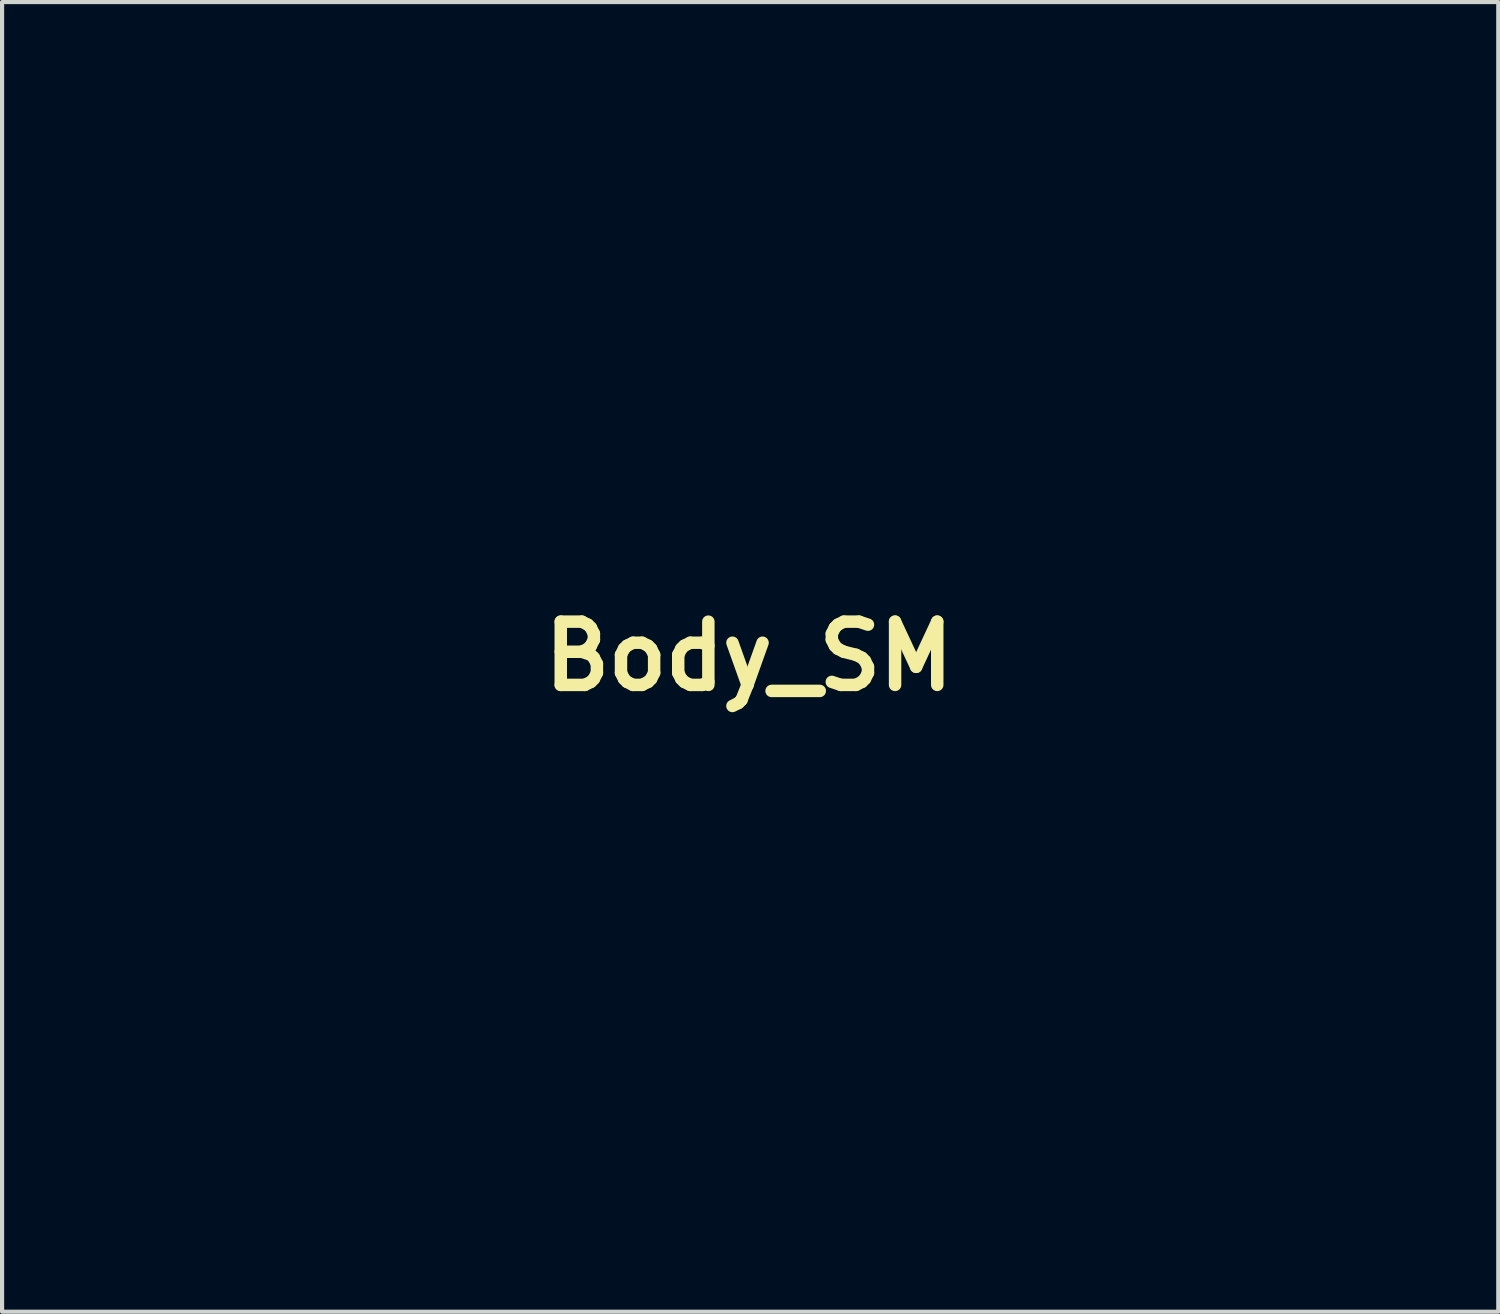
<source format=kicad_pcb>
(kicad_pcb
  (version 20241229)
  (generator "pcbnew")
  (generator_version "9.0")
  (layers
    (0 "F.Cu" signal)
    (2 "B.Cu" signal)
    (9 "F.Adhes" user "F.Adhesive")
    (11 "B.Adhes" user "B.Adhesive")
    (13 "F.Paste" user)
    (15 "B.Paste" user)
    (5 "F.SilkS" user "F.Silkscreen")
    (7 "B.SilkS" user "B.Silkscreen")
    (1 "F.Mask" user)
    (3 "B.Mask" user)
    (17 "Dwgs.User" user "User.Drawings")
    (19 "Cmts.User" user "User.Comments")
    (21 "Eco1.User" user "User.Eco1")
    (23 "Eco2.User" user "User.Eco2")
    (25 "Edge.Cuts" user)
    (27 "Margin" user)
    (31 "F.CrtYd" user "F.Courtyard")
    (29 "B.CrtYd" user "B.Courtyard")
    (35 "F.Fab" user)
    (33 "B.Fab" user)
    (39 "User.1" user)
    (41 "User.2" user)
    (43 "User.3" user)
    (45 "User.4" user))
  (footprint "Body_SM"
    (layer "F.Cu")
    (at 14.998 12.764)
    (property "Reference" "Body_SM" (at 0 0 0) (layer "F.SilkS") (effects (font (size 1.524 1.524) (thickness 0.3))))
    (attr board_only exclude_from_pos_files exclude_from_bom)
    (fp_poly (pts (xy -12.906 -5.917) (xy -12.752 -5.854) (xy -12.543 -5.746) (xy -12.26 -5.585) (xy -12.053 -5.464) (xy -11.729 -5.279) (xy -11.356 -5.071) (xy -10.989 -4.873) (xy -10.806 -4.778) (xy -10.162 -4.445) (xy -10.161 -4.173) (xy -10.167 -4) (xy -10.183 -3.732) (xy -10.208 -3.394) (xy -10.239 -3.009) (xy -10.274 -2.604) (xy -10.311 -2.202) (xy -10.347 -1.829) (xy -10.382 -1.509) (xy -10.406 -1.311) (xy -10.445 -1.018) (xy -10.482 -0.82) (xy -10.534 -0.714) (xy -10.62 -0.693) (xy -10.756 -0.751) (xy -10.962 -0.885) (xy -11.22 -1.065) (xy -11.583 -1.319) (xy -11.865 -1.526) (xy -12.085 -1.703) (xy -12.262 -1.871) (xy -12.416 -2.048) (xy -12.566 -2.253) (xy -12.731 -2.506) (xy -12.832 -2.668) (xy -13.077 -3.072) (xy -13.265 -3.404) (xy -13.408 -3.691) (xy -13.519 -3.962) (xy -13.611 -4.242) (xy -13.673 -4.47) (xy -13.757 -4.844) (xy -13.79 -5.129) (xy -13.769 -5.346) (xy -13.694 -5.516) (xy -13.592 -5.634) (xy -13.424 -5.771) (xy -13.251 -5.88) (xy -13.214 -5.897) (xy -13.118 -5.931) (xy -13.022 -5.94)) (stroke (width 0) (type solid)) (fill yes) (layer "F.Mask"))
    (fp_poly (pts (xy -8.973 -4.078) (xy -8.729 -4.015) (xy -8.396 -3.914) (xy -8.249 -3.866) (xy -7.928 -3.756) (xy -7.678 -3.657) (xy -7.515 -3.576) (xy -7.456 -3.526) (xy -7.448 -3.441) (xy -7.447 -3.253) (xy -7.45 -2.98) (xy -7.459 -2.641) (xy -7.473 -2.252) (xy -7.485 -1.973) (xy -7.51 -1.444) (xy -7.539 -1.017) (xy -7.572 -0.672) (xy -7.616 -0.392) (xy -7.673 -0.156) (xy -7.746 0.054) (xy -7.841 0.258) (xy -7.96 0.475) (xy -7.962 0.479) (xy -8.167 0.799) (xy -8.418 1.141) (xy -8.698 1.483) (xy -8.988 1.805) (xy -9.268 2.087) (xy -9.521 2.307) (xy -9.722 2.442) (xy -9.881 2.506) (xy -10.032 2.538) (xy -10.136 2.533) (xy -10.16 2.506) (xy -10.135 2.431) (xy -10.1 2.36) (xy -10.038 2.224) (xy -9.986 2.057) (xy -9.94 1.847) (xy -9.901 1.58) (xy -9.866 1.246) (xy -9.834 0.831) (xy -9.804 0.324) (xy -9.774 -0.289) (xy -9.765 -0.484) (xy -9.73 -1.244) (xy -9.697 -1.891) (xy -9.664 -2.435) (xy -9.63 -2.884) (xy -9.594 -3.247) (xy -9.556 -3.531) (xy -9.514 -3.747) (xy -9.467 -3.902) (xy -9.415 -4.004) (xy -9.357 -4.064) (xy -9.355 -4.065) (xy -9.268 -4.099) (xy -9.147 -4.105)) (stroke (width 0) (type solid)) (fill yes) (layer "F.Mask"))
    (fp_poly (pts (xy -14.394 -4.849) (xy -14.346 -4.731) (xy -14.287 -4.523) (xy -14.208 -4.217) (xy -14.148 -3.979) (xy -14.056 -3.635) (xy -13.968 -3.369) (xy -13.867 -3.14) (xy -13.737 -2.908) (xy -13.638 -2.75) (xy -13.436 -2.436) (xy -13.292 -2.198) (xy -13.199 -2.012) (xy -13.151 -1.85) (xy -13.139 -1.689) (xy -13.159 -1.502) (xy -13.202 -1.263) (xy -13.219 -1.173) (xy -13.255 -0.985) (xy -12.811 -1.012) (xy -12.563 -1.021) (xy -12.387 -1.007) (xy -12.235 -0.96) (xy -12.072 -0.88) (xy -11.884 -0.767) (xy -11.646 -0.605) (xy -11.377 -0.411) (xy -11.096 -0.199) (xy -10.822 0.017) (xy -10.573 0.222) (xy -10.368 0.4) (xy -10.227 0.537) (xy -10.17 0.613) (xy -10.191 0.684) (xy -10.264 0.831) (xy -10.375 1.03) (xy -10.508 1.255) (xy -10.649 1.482) (xy -10.783 1.685) (xy -10.865 1.799) (xy -11.014 1.946) (xy -11.176 1.989) (xy -11.372 1.93) (xy -11.527 1.836) (xy -11.824 1.616) (xy -12.181 1.317) (xy -12.584 0.956) (xy -13.017 0.546) (xy -13.463 0.104) (xy -13.908 -0.356) (xy -14.334 -0.818) (xy -14.535 -1.044) (xy -14.998 -1.574) (xy -14.998 -2.619) (xy -14.993 -3.115) (xy -14.974 -3.513) (xy -14.938 -3.834) (xy -14.88 -4.1) (xy -14.797 -4.333) (xy -14.685 -4.555) (xy -14.626 -4.652) (xy -14.547 -4.781) (xy -14.487 -4.863) (xy -14.439 -4.89)) (stroke (width 0) (type solid)) (fill yes) (layer "F.Mask"))
    (fp_poly (pts (xy -0.484 -0.984) (xy -0.49 -0.777) (xy -0.507 -0.477) (xy -0.532 -0.111) (xy -0.563 0.293) (xy -0.6 0.71) (xy -0.605 0.762) (xy -0.691 1.744) (xy -0.768 2.764) (xy -0.837 3.834) (xy -0.898 4.966) (xy -0.951 6.171) (xy -0.998 7.461) (xy -1.039 8.848) (xy -1.074 10.343) (xy -1.077 10.473) (xy -1.088 10.957) (xy -1.1 11.402) (xy -1.112 11.794) (xy -1.125 12.118) (xy -1.137 12.36) (xy -1.147 12.506) (xy -1.154 12.544) (xy -1.248 12.582) (xy -1.439 12.62) (xy -1.704 12.656) (xy -2.017 12.688) (xy -2.356 12.715) (xy -2.697 12.735) (xy -3.015 12.746) (xy -3.287 12.746) (xy -3.488 12.733) (xy -3.549 12.723) (xy -3.653 12.685) (xy -3.732 12.614) (xy -3.796 12.489) (xy -3.855 12.289) (xy -3.918 11.992) (xy -3.929 11.935) (xy -4.044 11.309) (xy -4.135 10.734) (xy -4.205 10.184) (xy -4.257 9.632) (xy -4.292 9.052) (xy -4.312 8.416) (xy -4.321 7.699) (xy -4.321 7.348) (xy -4.319 6.749) (xy -4.314 6.247) (xy -4.304 5.82) (xy -4.289 5.444) (xy -4.267 5.095) (xy -4.238 4.75) (xy -4.2 4.387) (xy -4.182 4.233) (xy -4.082 3.444) (xy -3.964 2.635) (xy -3.832 1.83) (xy -3.69 1.048) (xy -3.542 0.313) (xy -3.392 -0.354) (xy -3.245 -0.932) (xy -3.183 -1.149) (xy -3.101 -1.421) (xy -1.793 -1.437) (xy -0.484 -1.454)) (stroke (width 0) (type solid)) (fill yes) (layer "F.Mask"))
    (fp_poly (pts (xy 13.276 -9.483) (xy 13.247 -9.432) (xy 13.148 -9.305) (xy 12.992 -9.118) (xy 12.79 -8.884) (xy 12.556 -8.619) (xy 12.551 -8.614) (xy 12.297 -8.325) (xy 12.06 -8.043) (xy 11.857 -7.791) (xy 11.705 -7.588) (xy 11.628 -7.47) (xy 11.555 -7.33) (xy 11.507 -7.204) (xy 11.479 -7.063) (xy 11.467 -6.875) (xy 11.464 -6.609) (xy 11.465 -6.471) (xy 11.471 -6.194) (xy 11.486 -5.944) (xy 11.517 -5.69) (xy 11.565 -5.406) (xy 11.637 -5.06) (xy 11.728 -4.657) (xy 11.82 -4.242) (xy 11.91 -3.807) (xy 11.991 -3.39) (xy 12.056 -3.028) (xy 12.088 -2.827) (xy 12.19 -2.116) (xy 12.912 -2.882) (xy 13.241 -3.222) (xy 13.515 -3.48) (xy 13.752 -3.669) (xy 13.972 -3.799) (xy 14.195 -3.885) (xy 14.44 -3.939) (xy 14.58 -3.958) (xy 14.804 -3.973) (xy 14.949 -3.942) (xy 15.027 -3.848) (xy 15.055 -3.672) (xy 15.044 -3.396) (xy 15.042 -3.37) (xy 14.941 -2.796) (xy 14.727 -2.216) (xy 14.408 -1.647) (xy 13.991 -1.102) (xy 13.938 -1.042) (xy 13.476 -0.587) (xy 12.973 -0.209) (xy 12.392 0.121) (xy 12.332 0.151) (xy 11.967 0.312) (xy 11.668 0.402) (xy 11.408 0.422) (xy 11.158 0.375) (xy 10.894 0.265) (xy 10.638 0.1) (xy 10.4 -0.138) (xy 10.17 -0.461) (xy 9.936 -0.883) (xy 9.834 -1.094) (xy 9.698 -1.402) (xy 9.558 -1.749) (xy 9.421 -2.112) (xy 9.297 -2.466) (xy 9.192 -2.79) (xy 9.116 -3.059) (xy 9.076 -3.25) (xy 9.071 -3.302) (xy 9.103 -3.477) (xy 9.182 -3.635) (xy 9.284 -3.734) (xy 9.338 -3.75) (xy 9.433 -3.791) (xy 9.528 -3.874) (xy 9.578 -3.95) (xy 9.615 -4.065) (xy 9.643 -4.242) (xy 9.667 -4.502) (xy 9.683 -4.766) (xy 9.731 -5.349) (xy 9.81 -5.834) (xy 9.926 -6.239) (xy 10.085 -6.583) (xy 10.296 -6.887) (xy 10.519 -7.127) (xy 10.763 -7.358) (xy 11.047 -7.618) (xy 11.358 -7.897) (xy 11.683 -8.183) (xy 12.009 -8.466) (xy 12.323 -8.735) (xy 12.613 -8.979) (xy 12.866 -9.187) (xy 13.069 -9.348) (xy 13.209 -9.45) (xy 13.274 -9.484)) (stroke (width 0) (type solid)) (fill yes) (layer "F.Mask"))
    (fp_poly (pts (xy -13.702 -12.414) (xy -13.679 -12.294) (xy -13.622 -12.114) (xy -13.479 -11.906) (xy -13.247 -11.668) (xy -12.92 -11.395) (xy -12.495 -11.083) (xy -11.965 -10.727) (xy -11.746 -10.586) (xy -11.245 -10.267) (xy -10.371 -10.486) (xy -9.909 -10.595) (xy -9.531 -10.665) (xy -9.204 -10.697) (xy -8.899 -10.689) (xy -8.584 -10.642) (xy -8.228 -10.557) (xy -7.973 -10.484) (xy -7.591 -10.372) (xy -7.308 -10.295) (xy -7.106 -10.25) (xy -6.967 -10.237) (xy -6.873 -10.256) (xy -6.806 -10.305) (xy -6.75 -10.384) (xy -6.726 -10.423) (xy -6.65 -10.531) (xy -6.554 -10.614) (xy -6.418 -10.678) (xy -6.225 -10.729) (xy -5.955 -10.772) (xy -5.59 -10.813) (xy -5.434 -10.829) (xy -4.991 -10.863) (xy -4.573 -10.88) (xy -4.193 -10.88) (xy -3.864 -10.864) (xy -3.602 -10.833) (xy -3.419 -10.789) (xy -3.329 -10.733) (xy -3.344 -10.666) (xy -3.419 -10.643) (xy -3.585 -10.616) (xy -3.811 -10.59) (xy -3.915 -10.58) (xy -4.489 -10.495) (xy -4.965 -10.346) (xy -5.347 -10.128) (xy -5.642 -9.84) (xy -5.854 -9.477) (xy -5.872 -9.434) (xy -5.933 -9.194) (xy -5.961 -8.861) (xy -5.953 -8.431) (xy -5.911 -7.9) (xy -5.834 -7.263) (xy -5.721 -6.517) (xy -5.665 -6.179) (xy -5.59 -5.739) (xy -5.524 -5.33) (xy -5.467 -4.97) (xy -5.422 -4.676) (xy -5.393 -4.466) (xy -5.382 -4.357) (xy -5.382 -4.354) (xy -5.419 -4.167) (xy -5.533 -4.052) (xy -5.733 -4.004) (xy -6.029 -4.021) (xy -6.108 -4.033) (xy -6.649 -4.137) (xy -7.224 -4.275) (xy -7.802 -4.438) (xy -8.351 -4.617) (xy -8.841 -4.801) (xy -9.211 -4.968) (xy -9.662 -5.221) (xy -10.16 -5.547) (xy -10.678 -5.924) (xy -11.188 -6.331) (xy -11.662 -6.746) (xy -12.066 -7.143) (xy -12.345 -7.459) (xy -12.66 -7.853) (xy -12.997 -8.302) (xy -13.339 -8.782) (xy -13.67 -9.271) (xy -13.973 -9.745) (xy -14.233 -10.18) (xy -14.433 -10.553) (xy -14.47 -10.629) (xy -14.564 -10.839) (xy -14.609 -10.986) (xy -14.614 -11.113) (xy -14.585 -11.264) (xy -14.579 -11.288) (xy -14.447 -11.671) (xy -14.26 -12.026) (xy -14.041 -12.308) (xy -14.023 -12.326) (xy -13.865 -12.459) (xy -13.762 -12.489)) (stroke (width 0) (type solid)) (fill yes) (layer "F.Mask"))
    (fp_poly (pts (xy -6.636 -1.73) (xy -6.469 -1.682) (xy -6.302 -1.616) (xy -6.064 -1.52) (xy -5.841 -1.455) (xy -5.604 -1.42) (xy -5.326 -1.411) (xy -4.98 -1.426) (xy -4.627 -1.454) (xy -4.325 -1.478) (xy -4.068 -1.494) (xy -3.879 -1.501) (xy -3.782 -1.499) (xy -3.774 -1.496) (xy -3.776 -1.429) (xy -3.805 -1.269) (xy -3.854 -1.039) (xy -3.921 -0.763) (xy -3.924 -0.748) (xy -4.174 0.322) (xy -4.41 1.48) (xy -4.625 2.69) (xy -4.812 3.919) (xy -4.906 4.626) (xy -4.958 5.127) (xy -5.001 5.711) (xy -5.033 6.36) (xy -5.057 7.056) (xy -5.07 7.78) (xy -5.075 8.515) (xy -5.07 9.242) (xy -5.055 9.943) (xy -5.031 10.6) (xy -4.998 11.195) (xy -4.956 11.709) (xy -4.904 12.126) (xy -4.891 12.202) (xy -4.858 12.436) (xy -4.858 12.579) (xy -4.892 12.657) (xy -4.894 12.66) (xy -4.978 12.684) (xy -5.163 12.705) (xy -5.43 12.722) (xy -5.759 12.733) (xy -6.13 12.74) (xy -6.525 12.74) (xy -6.923 12.734) (xy -7.306 12.722) (xy -7.318 12.721) (xy -7.724 12.698) (xy -8.219 12.661) (xy -8.772 12.615) (xy -9.353 12.561) (xy -9.931 12.503) (xy -10.475 12.444) (xy -10.954 12.385) (xy -11.007 12.378) (xy -12.005 12.246) (xy -12.021 10.939) (xy -12.025 10.5) (xy -12.025 10.166) (xy -12.02 9.922) (xy -12.01 9.754) (xy -11.992 9.645) (xy -11.967 9.582) (xy -11.945 9.556) (xy -11.868 9.503) (xy -11.703 9.399) (xy -11.468 9.251) (xy -11.176 9.072) (xy -10.846 8.87) (xy -10.675 8.767) (xy -10 8.349) (xy -9.423 7.97) (xy -8.932 7.621) (xy -8.515 7.291) (xy -8.161 6.972) (xy -7.856 6.651) (xy -7.59 6.321) (xy -7.447 6.119) (xy -7.281 5.862) (xy -7.14 5.621) (xy -7.036 5.419) (xy -6.98 5.276) (xy -6.979 5.217) (xy -7.031 5.247) (xy -7.154 5.348) (xy -7.336 5.51) (xy -7.562 5.718) (xy -7.815 5.958) (xy -8.386 6.49) (xy -8.897 6.925) (xy -9.345 7.262) (xy -9.73 7.501) (xy -10.051 7.641) (xy -10.281 7.68) (xy -10.552 7.632) (xy -10.818 7.502) (xy -11.043 7.316) (xy -11.191 7.097) (xy -11.213 7.039) (xy -11.211 6.949) (xy -11.186 6.762) (xy -11.141 6.495) (xy -11.08 6.165) (xy -11.006 5.788) (xy -10.923 5.382) (xy -10.835 4.964) (xy -10.745 4.549) (xy -10.657 4.155) (xy -10.574 3.799) (xy -10.5 3.497) (xy -10.439 3.266) (xy -10.393 3.124) (xy -10.37 3.084) (xy -10.317 3.121) (xy -10.2 3.215) (xy -10.069 3.326) (xy -9.883 3.472) (xy -9.73 3.546) (xy -9.568 3.568) (xy -9.548 3.568) (xy -9.252 3.52) (xy -8.938 3.391) (xy -8.653 3.205) (xy -8.454 3.002) (xy -8.206 2.609) (xy -7.957 2.1) (xy -7.71 1.481) (xy -7.466 0.757) (xy -7.228 -0.065) (xy -7.075 -0.655) (xy -6.973 -1.053) (xy -6.883 -1.37) (xy -6.808 -1.595) (xy -6.751 -1.717) (xy -6.733 -1.736)) (stroke (width 0) (type solid)) (fill yes) (layer "F.Mask"))
    (fp_poly (pts (xy 13.194 -12.565) (xy 13.465 -12.235) (xy 13.647 -11.96) (xy 13.746 -11.721) (xy 13.767 -11.5) (xy 13.718 -11.277) (xy 13.662 -11.147) (xy 13.524 -10.926) (xy 13.305 -10.659) (xy 13.028 -10.366) (xy 12.712 -10.067) (xy 12.38 -9.784) (xy 12.05 -9.537) (xy 12.035 -9.526) (xy 11.685 -9.277) (xy 11.413 -9.063) (xy 11.227 -8.892) (xy 11.136 -8.772) (xy 11.128 -8.739) (xy 11.072 -8.619) (xy 10.912 -8.46) (xy 10.655 -8.266) (xy 10.308 -8.042) (xy 9.88 -7.793) (xy 9.379 -7.522) (xy 8.813 -7.234) (xy 8.189 -6.932) (xy 7.516 -6.623) (xy 6.801 -6.308) (xy 6.115 -6.02) (xy 5.476 -5.755) (xy 4.934 -5.525) (xy 4.474 -5.321) (xy 4.077 -5.137) (xy 3.73 -4.964) (xy 3.415 -4.795) (xy 3.117 -4.621) (xy 2.819 -4.435) (xy 2.695 -4.354) (xy 2.381 -4.157) (xy 2.053 -3.964) (xy 1.747 -3.797) (xy 1.499 -3.676) (xy 1.464 -3.661) (xy 1.245 -3.578) (xy 0.933 -3.473) (xy 0.554 -3.354) (xy 0.131 -3.227) (xy -0.31 -3.1) (xy -0.744 -2.98) (xy -1.148 -2.873) (xy -1.495 -2.787) (xy -1.762 -2.73) (xy -1.78 -2.726) (xy -2.051 -2.694) (xy -2.415 -2.673) (xy -2.847 -2.665) (xy -3.319 -2.668) (xy -3.804 -2.682) (xy -4.278 -2.706) (xy -4.712 -2.741) (xy -5.08 -2.785) (xy -5.08 -2.785) (xy -5.635 -2.875) (xy -6.074 -2.96) (xy -6.402 -3.042) (xy -6.622 -3.123) (xy -6.739 -3.204) (xy -6.759 -3.286) (xy -6.722 -3.341) (xy -6.651 -3.373) (xy -6.506 -3.393) (xy -6.273 -3.402) (xy -5.938 -3.4) (xy -5.786 -3.397) (xy -5.396 -3.39) (xy -5.112 -3.398) (xy -4.918 -3.431) (xy -4.798 -3.502) (xy -4.736 -3.62) (xy -4.718 -3.798) (xy -4.727 -4.047) (xy -4.735 -4.157) (xy -4.755 -4.362) (xy -4.793 -4.664) (xy -4.846 -5.039) (xy -4.91 -5.466) (xy -4.983 -5.921) (xy -5.049 -6.318) (xy -5.153 -6.932) (xy -5.235 -7.44) (xy -5.297 -7.854) (xy -5.339 -8.188) (xy -5.363 -8.454) (xy -5.37 -8.665) (xy -5.36 -8.834) (xy -5.335 -8.974) (xy -5.296 -9.096) (xy -5.273 -9.149) (xy -5.189 -9.314) (xy -5.084 -9.453) (xy -4.948 -9.572) (xy -4.767 -9.675) (xy -4.529 -9.768) (xy -4.221 -9.854) (xy -3.831 -9.939) (xy -3.347 -10.028) (xy -2.756 -10.125) (xy -2.721 -10.131) (xy -2.286 -10.204) (xy -1.796 -10.294) (xy -1.306 -10.389) (xy -0.869 -10.481) (xy -0.786 -10.499) (xy -0.197 -10.63) (xy 0.312 -10.738) (xy 0.762 -10.826) (xy 1.177 -10.898) (xy 1.578 -10.955) (xy 1.989 -11) (xy 2.432 -11.038) (xy 2.929 -11.07) (xy 3.503 -11.099) (xy 4.143 -11.127) (xy 5.239 -11.177) (xy 6.315 -11.237) (xy 7.358 -11.304) (xy 8.35 -11.379) (xy 9.276 -11.458) (xy 10.12 -11.541) (xy 10.868 -11.628) (xy 11.218 -11.674) (xy 11.661 -11.743) (xy 12.003 -11.815) (xy 12.264 -11.9) (xy 12.464 -12.008) (xy 12.622 -12.146) (xy 12.758 -12.325) (xy 12.815 -12.417) (xy 13.021 -12.764)) (stroke (width 0) (type solid)) (fill yes) (layer "F.Mask"))
    (fp_poly (pts (xy 9.177 -6.507) (xy 9.181 -6.434) (xy 9.158 -6.269) (xy 9.115 -6.039) (xy 9.055 -5.767) (xy 8.985 -5.48) (xy 8.91 -5.206) (xy 8.739 -4.832) (xy 8.559 -4.601) (xy 8.409 -4.429) (xy 8.286 -4.272) (xy 8.23 -4.186) (xy 8.203 -4.109) (xy 8.176 -3.977) (xy 8.149 -3.781) (xy 8.121 -3.512) (xy 8.092 -3.16) (xy 8.059 -2.716) (xy 8.022 -2.17) (xy 7.981 -1.512) (xy 7.981 -1.512) (xy 7.953 -1.087) (xy 7.924 -0.716) (xy 7.894 -0.408) (xy 7.867 -0.175) (xy 7.842 -0.027) (xy 7.822 0.024) (xy 7.807 -0.032) (xy 7.804 -0.06) (xy 7.789 -0.066) (xy 7.756 0.03) (xy 7.709 0.21) (xy 7.654 0.459) (xy 7.654 0.46) (xy 7.578 0.805) (xy 7.501 1.103) (xy 7.411 1.39) (xy 7.296 1.699) (xy 7.146 2.066) (xy 7.056 2.277) (xy 6.975 2.469) (xy 6.917 2.63) (xy 6.877 2.788) (xy 6.849 2.97) (xy 6.83 3.202) (xy 6.814 3.513) (xy 6.805 3.728) (xy 6.795 4.091) (xy 6.793 4.411) (xy 6.8 4.667) (xy 6.815 4.833) (xy 6.823 4.868) (xy 6.85 4.944) (xy 6.879 4.97) (xy 6.92 4.933) (xy 6.985 4.82) (xy 7.085 4.616) (xy 7.152 4.475) (xy 7.274 4.212) (xy 7.38 3.968) (xy 7.477 3.722) (xy 7.573 3.45) (xy 7.677 3.131) (xy 7.795 2.742) (xy 7.936 2.261) (xy 7.954 2.2) (xy 8.05 1.874) (xy 8.138 1.585) (xy 8.211 1.353) (xy 8.263 1.203) (xy 8.281 1.159) (xy 8.332 1.125) (xy 8.382 1.212) (xy 8.428 1.42) (xy 8.473 1.746) (xy 8.515 2.191) (xy 8.555 2.754) (xy 8.592 3.435) (xy 8.627 4.234) (xy 8.649 4.832) (xy 8.666 5.301) (xy 8.683 5.731) (xy 8.7 6.108) (xy 8.717 6.416) (xy 8.732 6.641) (xy 8.744 6.768) (xy 8.749 6.789) (xy 8.777 6.895) (xy 8.803 7.113) (xy 8.826 7.436) (xy 8.847 7.854) (xy 8.865 8.359) (xy 8.88 8.943) (xy 8.89 9.597) (xy 8.895 10.147) (xy 8.909 12.125) (xy 8.418 12.256) (xy 7.802 12.393) (xy 7.069 12.511) (xy 6.222 12.608) (xy 5.265 12.685) (xy 4.199 12.741) (xy 3.029 12.776) (xy 2.449 12.785) (xy 1.941 12.79) (xy 1.458 12.793) (xy 1.019 12.794) (xy 0.638 12.794) (xy 0.334 12.792) (xy 0.121 12.788) (xy 0.03 12.784) (xy -0.131 12.774) (xy -0.257 12.765) (xy -0.352 12.744) (xy -0.42 12.698) (xy -0.464 12.612) (xy -0.489 12.474) (xy -0.499 12.27) (xy -0.497 11.987) (xy -0.488 11.612) (xy -0.474 11.131) (xy -0.472 11.055) (xy -0.44 9.799) (xy -0.406 8.632) (xy -0.372 7.559) (xy -0.338 6.584) (xy -0.304 5.713) (xy -0.271 4.949) (xy -0.238 4.297) (xy -0.21 3.84) (xy -0.178 3.387) (xy -0.14 2.887) (xy -0.097 2.354) (xy -0.05 1.8) (xy -0.001 1.239) (xy 0.05 0.685) (xy 0.1 0.152) (xy 0.149 -0.347) (xy 0.196 -0.799) (xy 0.238 -1.19) (xy 0.276 -1.506) (xy 0.306 -1.734) (xy 0.329 -1.861) (xy 0.336 -1.88) (xy 0.406 -1.909) (xy 0.56 -1.94) (xy 0.741 -1.964) (xy 1.307 -2.032) (xy 1.766 -2.106) (xy 2.134 -2.189) (xy 2.424 -2.283) (xy 2.602 -2.364) (xy 2.771 -2.472) (xy 3 -2.645) (xy 3.264 -2.86) (xy 3.536 -3.098) (xy 3.631 -3.185) (xy 4.08 -3.597) (xy 4.468 -3.936) (xy 4.815 -4.219) (xy 5.141 -4.462) (xy 5.466 -4.682) (xy 5.613 -4.774) (xy 5.844 -4.911) (xy 6.136 -5.074) (xy 6.467 -5.251) (xy 6.815 -5.432) (xy 7.161 -5.607) (xy 7.481 -5.764) (xy 7.756 -5.894) (xy 7.965 -5.984) (xy 8.075 -6.023) (xy 8.186 -6.044) (xy 8.224 -6.009) (xy 8.209 -5.889) (xy 8.204 -5.86) (xy 8.138 -5.62) (xy 8.019 -5.292) (xy 7.856 -4.893) (xy 7.657 -4.44) (xy 7.43 -3.95) (xy 7.183 -3.439) (xy 6.924 -2.926) (xy 6.662 -2.425) (xy 6.404 -1.955) (xy 6.159 -1.533) (xy 5.936 -1.174) (xy 5.918 -1.147) (xy 5.566 -0.658) (xy 5.139 -0.137) (xy 4.656 0.398) (xy 4.137 0.928) (xy 3.602 1.434) (xy 3.069 1.897) (xy 2.558 2.297) (xy 2.089 2.617) (xy 2.024 2.657) (xy 1.78 2.809) (xy 1.579 2.946) (xy 1.443 3.055) (xy 1.391 3.119) (xy 1.391 3.12) (xy 1.439 3.202) (xy 1.565 3.323) (xy 1.741 3.463) (xy 1.938 3.601) (xy 2.129 3.717) (xy 2.286 3.792) (xy 2.359 3.809) (xy 2.512 3.766) (xy 2.731 3.642) (xy 3.002 3.449) (xy 3.311 3.201) (xy 3.646 2.907) (xy 3.993 2.581) (xy 4.339 2.233) (xy 4.671 1.877) (xy 4.977 1.524) (xy 5.2 1.241) (xy 5.551 0.749) (xy 5.916 0.196) (xy 6.281 -0.399) (xy 6.421 -0.64) (xy 7.806 -0.64) (xy 7.817 -0.562) (xy 7.838 -0.561) (xy 7.852 -0.642) (xy 7.843 -0.677) (xy 7.816 -0.699) (xy 7.806 -0.64) (xy 6.421 -0.64) (xy 6.637 -1.015) (xy 6.973 -1.632) (xy 7.278 -2.23) (xy 7.541 -2.79) (xy 7.75 -3.291) (xy 7.879 -3.659) (xy 7.95 -3.881) (xy 8.047 -4.168) (xy 8.162 -4.501) (xy 8.286 -4.855) (xy 8.414 -5.211) (xy 8.535 -5.546) (xy 8.643 -5.838) (xy 8.73 -6.065) (xy 8.789 -6.207) (xy 8.799 -6.229) (xy 8.897 -6.367) (xy 9.017 -6.472) (xy 9.126 -6.52)) (stroke (width 0) (type solid)) (fill yes) (layer "F.Mask")))
  (gr_rect
    (start -3 -3)
    (end 33.053 28.558)
    (stroke (width 0.1) (type default))
    (fill no)
    (layer "Edge.Cuts")))
</source>
